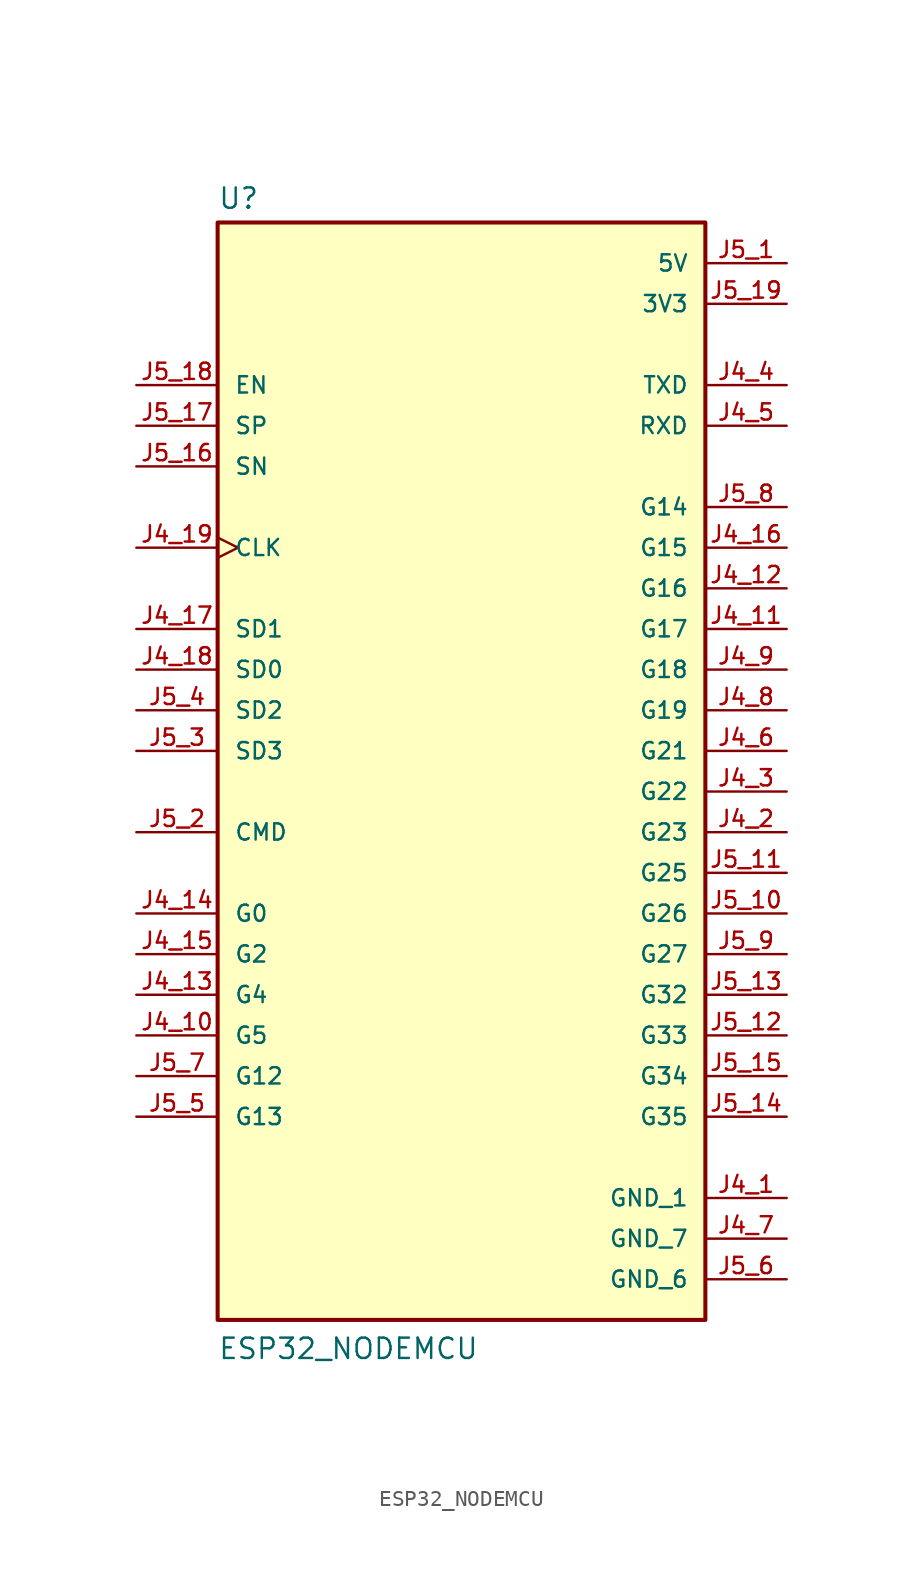
<source format=kicad_sym>
(kicad_symbol_lib
  (version 20231120)
  (generator "kicad_symbol_editor")
  (generator_version "8.0")
  (symbol "ESP32_NODEMCU"
    (pin_names
      (offset 1.016))
    (property "Reference" "U"
      (at -15.24 36.322 0)
      (effects (font (size 1.27 1.27)) (justify left bottom)))
    (property "Value" "ESP32_NODEMCU"
      (at -15.24 -35.56 0)
      (effects (font (size 1.27 1.27)) (justify left bottom)))
    (symbol "ESP32_NODEMCU_0_0"
      (rectangle (start -15.24 -33.02) (end 15.24 35.56) (stroke (width 0.254) (type default)) (fill (type background)))
      (pin power_in line (at 20.32 -25.4 180) (length 5.08) (name "GND_1" (effects (font (size 1.016 1.016)))) (number "J4_1" (effects (font (size 1.016 1.016)))))
      (pin bidirectional line (at -20.32 -15.24 0) (length 5.08) (name "G5" (effects (font (size 1.016 1.016)))) (number "J4_10" (effects (font (size 1.016 1.016)))))
      (pin bidirectional line (at 20.32 10.16 180) (length 5.08) (name "G17" (effects (font (size 1.016 1.016)))) (number "J4_11" (effects (font (size 1.016 1.016)))))
      (pin bidirectional line (at 20.32 12.7 180) (length 5.08) (name "G16" (effects (font (size 1.016 1.016)))) (number "J4_12" (effects (font (size 1.016 1.016)))))
      (pin bidirectional line (at -20.32 -12.7 0) (length 5.08) (name "G4" (effects (font (size 1.016 1.016)))) (number "J4_13" (effects (font (size 1.016 1.016)))))
      (pin bidirectional line (at -20.32 -7.62 0) (length 5.08) (name "G0" (effects (font (size 1.016 1.016)))) (number "J4_14" (effects (font (size 1.016 1.016)))))
      (pin bidirectional line (at -20.32 -10.16 0) (length 5.08) (name "G2" (effects (font (size 1.016 1.016)))) (number "J4_15" (effects (font (size 1.016 1.016)))))
      (pin bidirectional line (at 20.32 15.24 180) (length 5.08) (name "G15" (effects (font (size 1.016 1.016)))) (number "J4_16" (effects (font (size 1.016 1.016)))))
      (pin bidirectional line (at -20.32 10.16 0) (length 5.08) (name "SD1" (effects (font (size 1.016 1.016)))) (number "J4_17" (effects (font (size 1.016 1.016)))))
      (pin bidirectional line (at -20.32 7.62 0) (length 5.08) (name "SD0" (effects (font (size 1.016 1.016)))) (number "J4_18" (effects (font (size 1.016 1.016)))))
      (pin input clock (at -20.32 15.24 0) (length 5.08) (name "CLK" (effects (font (size 1.016 1.016)))) (number "J4_19" (effects (font (size 1.016 1.016)))))
      (pin bidirectional line (at 20.32 -2.54 180) (length 5.08) (name "G23" (effects (font (size 1.016 1.016)))) (number "J4_2" (effects (font (size 1.016 1.016)))))
      (pin bidirectional line (at 20.32 0 180) (length 5.08) (name "G22" (effects (font (size 1.016 1.016)))) (number "J4_3" (effects (font (size 1.016 1.016)))))
      (pin output line (at 20.32 25.4 180) (length 5.08) (name "TXD" (effects (font (size 1.016 1.016)))) (number "J4_4" (effects (font (size 1.016 1.016)))))
      (pin input line (at 20.32 22.86 180) (length 5.08) (name "RXD" (effects (font (size 1.016 1.016)))) (number "J4_5" (effects (font (size 1.016 1.016)))))
      (pin bidirectional line (at 20.32 2.54 180) (length 5.08) (name "G21" (effects (font (size 1.016 1.016)))) (number "J4_6" (effects (font (size 1.016 1.016)))))
      (pin power_in line (at 20.32 -27.94 180) (length 5.08) (name "GND_7" (effects (font (size 1.016 1.016)))) (number "J4_7" (effects (font (size 1.016 1.016)))))
      (pin bidirectional line (at 20.32 5.08 180) (length 5.08) (name "G19" (effects (font (size 1.016 1.016)))) (number "J4_8" (effects (font (size 1.016 1.016)))))
      (pin bidirectional line (at 20.32 7.62 180) (length 5.08) (name "G18" (effects (font (size 1.016 1.016)))) (number "J4_9" (effects (font (size 1.016 1.016)))))
      (pin power_in line (at 20.32 33.02 180) (length 5.08) (name "5V" (effects (font (size 1.016 1.016)))) (number "J5_1" (effects (font (size 1.016 1.016)))))
      (pin bidirectional line (at 20.32 -7.62 180) (length 5.08) (name "G26" (effects (font (size 1.016 1.016)))) (number "J5_10" (effects (font (size 1.016 1.016)))))
      (pin bidirectional line (at 20.32 -5.08 180) (length 5.08) (name "G25" (effects (font (size 1.016 1.016)))) (number "J5_11" (effects (font (size 1.016 1.016)))))
      (pin bidirectional line (at 20.32 -15.24 180) (length 5.08) (name "G33" (effects (font (size 1.016 1.016)))) (number "J5_12" (effects (font (size 1.016 1.016)))))
      (pin bidirectional line (at 20.32 -12.7 180) (length 5.08) (name "G32" (effects (font (size 1.016 1.016)))) (number "J5_13" (effects (font (size 1.016 1.016)))))
      (pin bidirectional line (at 20.32 -20.32 180) (length 5.08) (name "G35" (effects (font (size 1.016 1.016)))) (number "J5_14" (effects (font (size 1.016 1.016)))))
      (pin bidirectional line (at 20.32 -17.78 180) (length 5.08) (name "G34" (effects (font (size 1.016 1.016)))) (number "J5_15" (effects (font (size 1.016 1.016)))))
      (pin input line (at -20.32 20.32 0) (length 5.08) (name "SN" (effects (font (size 1.016 1.016)))) (number "J5_16" (effects (font (size 1.016 1.016)))))
      (pin input line (at -20.32 22.86 0) (length 5.08) (name "SP" (effects (font (size 1.016 1.016)))) (number "J5_17" (effects (font (size 1.016 1.016)))))
      (pin input line (at -20.32 25.4 0) (length 5.08) (name "EN" (effects (font (size 1.016 1.016)))) (number "J5_18" (effects (font (size 1.016 1.016)))))
      (pin power_in line (at 20.32 30.48 180) (length 5.08) (name "3V3" (effects (font (size 1.016 1.016)))) (number "J5_19" (effects (font (size 1.016 1.016)))))
      (pin bidirectional line (at -20.32 -2.54 0) (length 5.08) (name "CMD" (effects (font (size 1.016 1.016)))) (number "J5_2" (effects (font (size 1.016 1.016)))))
      (pin bidirectional line (at -20.32 2.54 0) (length 5.08) (name "SD3" (effects (font (size 1.016 1.016)))) (number "J5_3" (effects (font (size 1.016 1.016)))))
      (pin bidirectional line (at -20.32 5.08 0) (length 5.08) (name "SD2" (effects (font (size 1.016 1.016)))) (number "J5_4" (effects (font (size 1.016 1.016)))))
      (pin bidirectional line (at -20.32 -20.32 0) (length 5.08) (name "G13" (effects (font (size 1.016 1.016)))) (number "J5_5" (effects (font (size 1.016 1.016)))))
      (pin power_in line (at 20.32 -30.48 180) (length 5.08) (name "GND_6" (effects (font (size 1.016 1.016)))) (number "J5_6" (effects (font (size 1.016 1.016)))))
      (pin bidirectional line (at -20.32 -17.78 0) (length 5.08) (name "G12" (effects (font (size 1.016 1.016)))) (number "J5_7" (effects (font (size 1.016 1.016)))))
      (pin bidirectional line (at 20.32 17.78 180) (length 5.08) (name "G14" (effects (font (size 1.016 1.016)))) (number "J5_8" (effects (font (size 1.016 1.016)))))
      (pin bidirectional line (at 20.32 -10.16 180) (length 5.08) (name "G27" (effects (font (size 1.016 1.016)))) (number "J5_9" (effects (font (size 1.016 1.016))))))))
</source>
